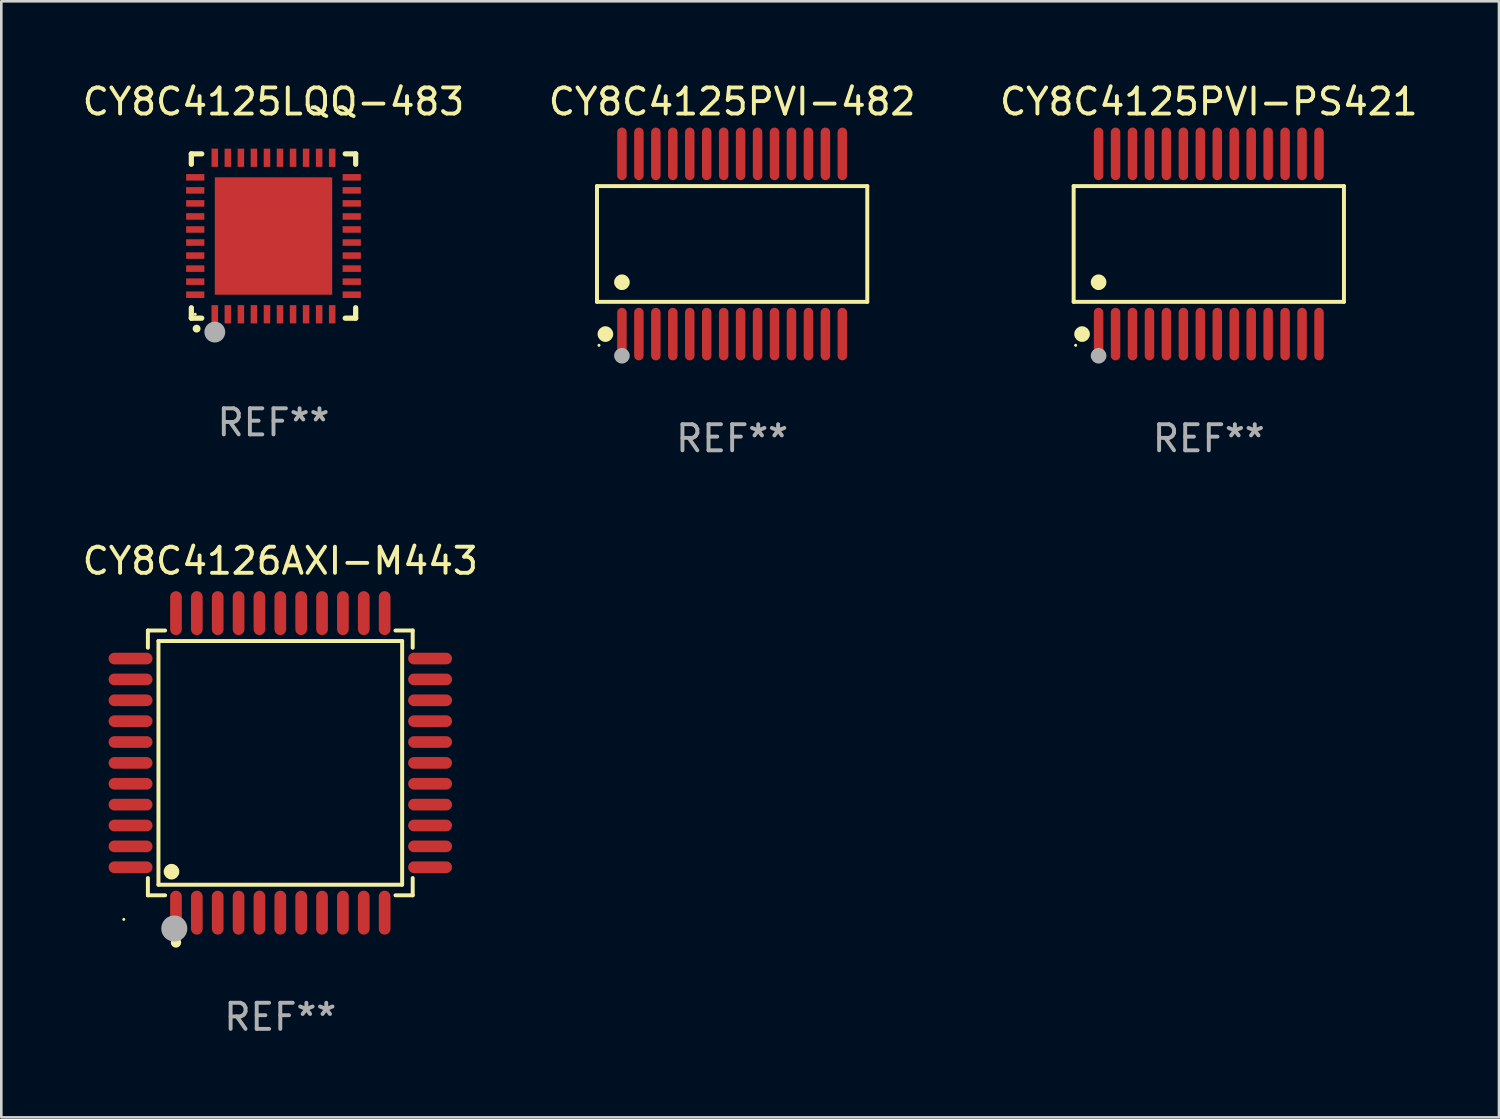
<source format=kicad_pcb>
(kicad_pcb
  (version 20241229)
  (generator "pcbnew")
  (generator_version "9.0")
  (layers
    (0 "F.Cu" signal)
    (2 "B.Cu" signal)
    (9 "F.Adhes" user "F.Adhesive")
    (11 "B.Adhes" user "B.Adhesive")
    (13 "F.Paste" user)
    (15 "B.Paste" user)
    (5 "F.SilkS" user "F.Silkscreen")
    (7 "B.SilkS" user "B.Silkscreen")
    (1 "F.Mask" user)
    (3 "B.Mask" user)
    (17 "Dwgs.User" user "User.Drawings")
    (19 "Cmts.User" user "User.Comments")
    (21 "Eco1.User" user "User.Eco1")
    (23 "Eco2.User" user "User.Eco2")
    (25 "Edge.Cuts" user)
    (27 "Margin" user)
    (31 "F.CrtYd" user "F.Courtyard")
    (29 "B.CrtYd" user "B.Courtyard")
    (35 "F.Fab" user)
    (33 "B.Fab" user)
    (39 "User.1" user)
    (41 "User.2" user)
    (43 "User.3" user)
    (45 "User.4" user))
  (footprint "CY8C4125LQQ-483"
    (layer "F.Cu")
    (at 7.435 5.998)
    (property "Reference" "CY8C4125LQQ-483" (at 0 -5.15 0) (layer "F.SilkS") (effects (font (size 1 1) (thickness 0.15))))
    (attr through_hole)
    (fp_line (start -3.15 -3.15) (end -2.75 -3.15) (stroke (width 0.2) (type solid)) (layer "F.SilkS"))
    (fp_line (start -3.15 -2.75) (end -3.15 -3.15) (stroke (width 0.2) (type solid)) (layer "F.SilkS"))
    (fp_line (start -3.15 3.15) (end -3.15 2.75) (stroke (width 0.2) (type solid)) (layer "F.SilkS"))
    (fp_line (start -2.75 3.15) (end -3.15 3.15) (stroke (width 0.2) (type solid)) (layer "F.SilkS"))
    (fp_line (start 3.15 -3.15) (end 2.75 -3.15) (stroke (width 0.2) (type solid)) (layer "F.SilkS"))
    (fp_line (start 3.15 -2.75) (end 3.15 -3.15) (stroke (width 0.2) (type solid)) (layer "F.SilkS"))
    (fp_line (start 3.15 2.75) (end 3.15 3.15) (stroke (width 0.2) (type solid)) (layer "F.SilkS"))
    (fp_line (start 3.15 3.15) (end 2.75 3.15) (stroke (width 0.2) (type solid)) (layer "F.SilkS"))
    (fp_arc (start -2.94892 3.550927) (mid -2.94765 3.550922) (end -2.94638 3.550927) (stroke (width 0.3) (type solid)) (layer "F.SilkS"))
    (fp_circle (center -3 3) (end -2.97 3) (stroke (width 0.06) (type solid)) (fill no) (layer "F.SilkS"))
    (fp_circle (center -2.25 3.683) (end -2.05 3.683) (stroke (width 0.4) (type solid)) (fill no) (layer "F.Fab"))
    (fp_text user "REF**" (at 0 7.15 0) (layer "F.Fab") (effects (font (size 1 1) (thickness 0.15))))
    (pad "1" smd rect (at -2.25 3 180) (size 0.25 0.7) (layers "F.Cu" "F.Mask" "F.Paste"))
    (pad "2" smd rect (at -1.75 3 180) (size 0.25 0.7) (layers "F.Cu" "F.Mask" "F.Paste"))
    (pad "3" smd rect (at -1.25 3 180) (size 0.25 0.7) (layers "F.Cu" "F.Mask" "F.Paste"))
    (pad "4" smd rect (at -0.75 3 180) (size 0.25 0.7) (layers "F.Cu" "F.Mask" "F.Paste"))
    (pad "5" smd rect (at -0.25 3 180) (size 0.25 0.7) (layers "F.Cu" "F.Mask" "F.Paste"))
    (pad "6" smd rect (at 0.25 3 180) (size 0.25 0.7) (layers "F.Cu" "F.Mask" "F.Paste"))
    (pad "7" smd rect (at 0.75 3 180) (size 0.25 0.7) (layers "F.Cu" "F.Mask" "F.Paste"))
    (pad "8" smd rect (at 1.25 3 180) (size 0.25 0.7) (layers "F.Cu" "F.Mask" "F.Paste"))
    (pad "9" smd rect (at 1.75 3 180) (size 0.25 0.7) (layers "F.Cu" "F.Mask" "F.Paste"))
    (pad "10" smd rect (at 2.25 3 180) (size 0.25 0.7) (layers "F.Cu" "F.Mask" "F.Paste"))
    (pad "11" smd rect (at 3 2.25 90) (size 0.25 0.7) (layers "F.Cu" "F.Mask" "F.Paste"))
    (pad "12" smd rect (at 3 1.75 90) (size 0.25 0.7) (layers "F.Cu" "F.Mask" "F.Paste"))
    (pad "13" smd rect (at 3 1.25 90) (size 0.25 0.7) (layers "F.Cu" "F.Mask" "F.Paste"))
    (pad "14" smd rect (at 3 0.75 90) (size 0.25 0.7) (layers "F.Cu" "F.Mask" "F.Paste"))
    (pad "15" smd rect (at 3 0.25 90) (size 0.25 0.7) (layers "F.Cu" "F.Mask" "F.Paste"))
    (pad "16" smd rect (at 3 -0.25 90) (size 0.25 0.7) (layers "F.Cu" "F.Mask" "F.Paste"))
    (pad "17" smd rect (at 3 -0.75 90) (size 0.25 0.7) (layers "F.Cu" "F.Mask" "F.Paste"))
    (pad "18" smd rect (at 3 -1.25 90) (size 0.25 0.7) (layers "F.Cu" "F.Mask" "F.Paste"))
    (pad "19" smd rect (at 3 -1.75 90) (size 0.25 0.7) (layers "F.Cu" "F.Mask" "F.Paste"))
    (pad "20" smd rect (at 3 -2.25 90) (size 0.25 0.7) (layers "F.Cu" "F.Mask" "F.Paste"))
    (pad "21" smd rect (at 2.25 -3 180) (size 0.25 0.7) (layers "F.Cu" "F.Mask" "F.Paste"))
    (pad "22" smd rect (at 1.75 -3 180) (size 0.25 0.7) (layers "F.Cu" "F.Mask" "F.Paste"))
    (pad "23" smd rect (at 1.25 -3 180) (size 0.25 0.7) (layers "F.Cu" "F.Mask" "F.Paste"))
    (pad "24" smd rect (at 0.75 -3 180) (size 0.25 0.7) (layers "F.Cu" "F.Mask" "F.Paste"))
    (pad "25" smd rect (at 0.25 -3 180) (size 0.25 0.7) (layers "F.Cu" "F.Mask" "F.Paste"))
    (pad "26" smd rect (at -0.25 -3 180) (size 0.25 0.7) (layers "F.Cu" "F.Mask" "F.Paste"))
    (pad "27" smd rect (at -0.75 -3 180) (size 0.25 0.7) (layers "F.Cu" "F.Mask" "F.Paste"))
    (pad "28" smd rect (at -1.25 -3 180) (size 0.25 0.7) (layers "F.Cu" "F.Mask" "F.Paste"))
    (pad "29" smd rect (at -1.75 -3 180) (size 0.25 0.7) (layers "F.Cu" "F.Mask" "F.Paste"))
    (pad "30" smd rect (at -2.25 -3 180) (size 0.25 0.7) (layers "F.Cu" "F.Mask" "F.Paste"))
    (pad "31" smd rect (at -3 -2.25 90) (size 0.25 0.7) (layers "F.Cu" "F.Mask" "F.Paste"))
    (pad "32" smd rect (at -3 -1.75 90) (size 0.25 0.7) (layers "F.Cu" "F.Mask" "F.Paste"))
    (pad "33" smd rect (at -3 -1.25 90) (size 0.25 0.7) (layers "F.Cu" "F.Mask" "F.Paste"))
    (pad "34" smd rect (at -3 -0.75 90) (size 0.25 0.7) (layers "F.Cu" "F.Mask" "F.Paste"))
    (pad "35" smd rect (at -3 -0.25 90) (size 0.25 0.7) (layers "F.Cu" "F.Mask" "F.Paste"))
    (pad "36" smd rect (at -3 0.25 90) (size 0.25 0.7) (layers "F.Cu" "F.Mask" "F.Paste"))
    (pad "37" smd rect (at -3 0.75 90) (size 0.25 0.7) (layers "F.Cu" "F.Mask" "F.Paste"))
    (pad "38" smd rect (at -3 1.25 90) (size 0.25 0.7) (layers "F.Cu" "F.Mask" "F.Paste"))
    (pad "39" smd rect (at -3 1.75 90) (size 0.25 0.7) (layers "F.Cu" "F.Mask" "F.Paste"))
    (pad "40" smd rect (at -3 2.25 90) (size 0.25 0.7) (layers "F.Cu" "F.Mask" "F.Paste"))
    (pad "41" smd rect (at 0.000102 0.000076 90) (size 4.5 4.5) (layers "F.Cu" "F.Mask" "F.Paste")))
  (footprint "CY8C4125PVI-482"
    (layer "F.Cu")
    (at 25.018 6.303)
    (property "Reference" "CY8C4125PVI-482" (at 0 -5.455 0) (layer "F.SilkS") (effects (font (size 1 1) (thickness 0.15))))
    (attr through_hole)
    (fp_line (start -5.181 -2.219) (end 5.181 -2.219) (stroke (width 0.152) (type solid)) (layer "F.SilkS"))
    (fp_line (start -5.181 2.219) (end -5.181 -2.219) (stroke (width 0.152) (type solid)) (layer "F.SilkS"))
    (fp_line (start 5.181 -2.219) (end 5.181 2.219) (stroke (width 0.152) (type solid)) (layer "F.SilkS"))
    (fp_line (start 5.181 2.219) (end -5.181 2.219) (stroke (width 0.152) (type solid)) (layer "F.SilkS"))
    (fp_circle (center -5.105 3.885) (end -5.075 3.885) (stroke (width 0.06) (type solid)) (fill no) (layer "F.SilkS"))
    (fp_circle (center -4.859 3.455) (end -4.709 3.455) (stroke (width 0.3) (type solid)) (fill no) (layer "F.SilkS"))
    (fp_circle (center -4.225 1.467) (end -4.075 1.467) (stroke (width 0.3) (type solid)) (fill no) (layer "F.SilkS"))
    (fp_circle (center -4.225 4.285) (end -4.075 4.285) (stroke (width 0.3) (type solid)) (fill no) (layer "F.Fab"))
    (fp_text user "REF**" (at 0 7.455 0) (layer "F.Fab") (effects (font (size 1 1) (thickness 0.15))))
    (pad "1" smd oval (at -4.225 3.455) (size 0.364 2.015) (layers "F.Cu" "F.Mask" "F.Paste"))
    (pad "2" smd oval (at -3.575 3.455) (size 0.364 2.015) (layers "F.Cu" "F.Mask" "F.Paste"))
    (pad "3" smd oval (at -2.925 3.455) (size 0.364 2.015) (layers "F.Cu" "F.Mask" "F.Paste"))
    (pad "4" smd oval (at -2.275 3.455) (size 0.364 2.015) (layers "F.Cu" "F.Mask" "F.Paste"))
    (pad "5" smd oval (at -1.625 3.455) (size 0.364 2.015) (layers "F.Cu" "F.Mask" "F.Paste"))
    (pad "6" smd oval (at -0.975 3.455) (size 0.364 2.015) (layers "F.Cu" "F.Mask" "F.Paste"))
    (pad "7" smd oval (at -0.325 3.455) (size 0.364 2.015) (layers "F.Cu" "F.Mask" "F.Paste"))
    (pad "8" smd oval (at 0.325 3.455) (size 0.364 2.015) (layers "F.Cu" "F.Mask" "F.Paste"))
    (pad "9" smd oval (at 0.975 3.455) (size 0.364 2.015) (layers "F.Cu" "F.Mask" "F.Paste"))
    (pad "10" smd oval (at 1.625 3.455) (size 0.364 2.015) (layers "F.Cu" "F.Mask" "F.Paste"))
    (pad "11" smd oval (at 2.275 3.455) (size 0.364 2.015) (layers "F.Cu" "F.Mask" "F.Paste"))
    (pad "12" smd oval (at 2.925 3.455) (size 0.364 2.015) (layers "F.Cu" "F.Mask" "F.Paste"))
    (pad "13" smd oval (at 3.575 3.455) (size 0.364 2.015) (layers "F.Cu" "F.Mask" "F.Paste"))
    (pad "14" smd oval (at 4.225 3.455) (size 0.364 2.015) (layers "F.Cu" "F.Mask" "F.Paste"))
    (pad "15" smd oval (at 4.225 -3.455) (size 0.364 2.015) (layers "F.Cu" "F.Mask" "F.Paste"))
    (pad "16" smd oval (at 3.575 -3.455) (size 0.364 2.015) (layers "F.Cu" "F.Mask" "F.Paste"))
    (pad "17" smd oval (at 2.925 -3.455) (size 0.364 2.015) (layers "F.Cu" "F.Mask" "F.Paste"))
    (pad "18" smd oval (at 2.275 -3.455) (size 0.364 2.015) (layers "F.Cu" "F.Mask" "F.Paste"))
    (pad "19" smd oval (at 1.625 -3.455) (size 0.364 2.015) (layers "F.Cu" "F.Mask" "F.Paste"))
    (pad "20" smd oval (at 0.975 -3.455) (size 0.364 2.015) (layers "F.Cu" "F.Mask" "F.Paste"))
    (pad "21" smd oval (at 0.325 -3.455) (size 0.364 2.015) (layers "F.Cu" "F.Mask" "F.Paste"))
    (pad "22" smd oval (at -0.325 -3.455) (size 0.364 2.015) (layers "F.Cu" "F.Mask" "F.Paste"))
    (pad "23" smd oval (at -0.975 -3.455) (size 0.364 2.015) (layers "F.Cu" "F.Mask" "F.Paste"))
    (pad "24" smd oval (at -1.625 -3.455) (size 0.364 2.015) (layers "F.Cu" "F.Mask" "F.Paste"))
    (pad "25" smd oval (at -2.275 -3.455) (size 0.364 2.015) (layers "F.Cu" "F.Mask" "F.Paste"))
    (pad "26" smd oval (at -2.925 -3.455) (size 0.364 2.015) (layers "F.Cu" "F.Mask" "F.Paste"))
    (pad "27" smd oval (at -3.575 -3.455) (size 0.364 2.015) (layers "F.Cu" "F.Mask" "F.Paste"))
    (pad "28" smd oval (at -4.225 -3.455) (size 0.364 2.015) (layers "F.Cu" "F.Mask" "F.Paste")))
  (footprint "CY8C4126AXI-M443"
    (layer "F.Cu")
    (at 7.696 26.197)
    (property "Reference" "CY8C4126AXI-M443" (at 0 -7.742 0) (layer "F.SilkS") (effects (font (size 1 1) (thickness 0.15))))
    (attr through_hole)
    (fp_line (start -5.076 -5.076) (end -4.415 -5.076) (stroke (width 0.152) (type solid)) (layer "F.SilkS"))
    (fp_line (start -5.076 -4.415) (end -5.076 -5.076) (stroke (width 0.152) (type solid)) (layer "F.SilkS"))
    (fp_line (start -5.076 4.415) (end -5.076 5.076) (stroke (width 0.152) (type solid)) (layer "F.SilkS"))
    (fp_line (start -5.076 5.076) (end -4.415 5.076) (stroke (width 0.152) (type solid)) (layer "F.SilkS"))
    (fp_line (start -4.671 -4.671) (end 4.671 -4.671) (stroke (width 0.152) (type solid)) (layer "F.SilkS"))
    (fp_line (start -4.671 4.671) (end -4.671 -4.671) (stroke (width 0.152) (type solid)) (layer "F.SilkS"))
    (fp_line (start 4.671 -4.671) (end 4.671 4.671) (stroke (width 0.152) (type solid)) (layer "F.SilkS"))
    (fp_line (start 4.671 4.671) (end -4.671 4.671) (stroke (width 0.152) (type solid)) (layer "F.SilkS"))
    (fp_line (start 5.076 -5.076) (end 4.415 -5.076) (stroke (width 0.152) (type solid)) (layer "F.SilkS"))
    (fp_line (start 5.076 -4.415) (end 5.076 -5.076) (stroke (width 0.152) (type solid)) (layer "F.SilkS"))
    (fp_line (start 5.076 4.415) (end 5.076 5.076) (stroke (width 0.152) (type solid)) (layer "F.SilkS"))
    (fp_line (start 5.076 5.076) (end 4.415 5.076) (stroke (width 0.152) (type solid)) (layer "F.SilkS"))
    (fp_circle (center -6 6) (end -5.97 6) (stroke (width 0.06) (type solid)) (fill no) (layer "F.SilkS"))
    (fp_circle (center -4.171 4.171) (end -4.021 4.171) (stroke (width 0.3) (type solid)) (fill no) (layer "F.SilkS"))
    (fp_circle (center -4 6.884) (end -3.9 6.884) (stroke (width 0.2) (type solid)) (fill no) (layer "F.SilkS"))
    (fp_circle (center -4.064 6.35) (end -3.814 6.35) (stroke (width 0.5) (type solid)) (fill no) (layer "F.Fab"))
    (fp_text user "REF**" (at 0 9.742 0) (layer "F.Fab") (effects (font (size 1 1) (thickness 0.15))))
    (pad "1" smd oval (at -4 5.742) (size 0.448 1.684) (layers "F.Cu" "F.Mask" "F.Paste"))
    (pad "2" smd oval (at -3.2 5.742) (size 0.448 1.684) (layers "F.Cu" "F.Mask" "F.Paste"))
    (pad "3" smd oval (at -2.4 5.742) (size 0.448 1.684) (layers "F.Cu" "F.Mask" "F.Paste"))
    (pad "4" smd oval (at -1.6 5.742) (size 0.448 1.684) (layers "F.Cu" "F.Mask" "F.Paste"))
    (pad "5" smd oval (at -0.8 5.742) (size 0.448 1.684) (layers "F.Cu" "F.Mask" "F.Paste"))
    (pad "6" smd oval (at 0 5.742) (size 0.448 1.684) (layers "F.Cu" "F.Mask" "F.Paste"))
    (pad "7" smd oval (at 0.8 5.742) (size 0.448 1.684) (layers "F.Cu" "F.Mask" "F.Paste"))
    (pad "8" smd oval (at 1.6 5.742) (size 0.448 1.684) (layers "F.Cu" "F.Mask" "F.Paste"))
    (pad "9" smd oval (at 2.4 5.742) (size 0.448 1.684) (layers "F.Cu" "F.Mask" "F.Paste"))
    (pad "10" smd oval (at 3.2 5.742) (size 0.448 1.684) (layers "F.Cu" "F.Mask" "F.Paste"))
    (pad "11" smd oval (at 4 5.742) (size 0.448 1.684) (layers "F.Cu" "F.Mask" "F.Paste"))
    (pad "12" smd oval (at 5.742 4) (size 1.684 0.448) (layers "F.Cu" "F.Mask" "F.Paste"))
    (pad "13" smd oval (at 5.742 3.2) (size 1.684 0.448) (layers "F.Cu" "F.Mask" "F.Paste"))
    (pad "14" smd oval (at 5.742 2.4) (size 1.684 0.448) (layers "F.Cu" "F.Mask" "F.Paste"))
    (pad "15" smd oval (at 5.742 1.6) (size 1.684 0.448) (layers "F.Cu" "F.Mask" "F.Paste"))
    (pad "16" smd oval (at 5.742 0.8) (size 1.684 0.448) (layers "F.Cu" "F.Mask" "F.Paste"))
    (pad "17" smd oval (at 5.742 0) (size 1.684 0.448) (layers "F.Cu" "F.Mask" "F.Paste"))
    (pad "18" smd oval (at 5.742 -0.8) (size 1.684 0.448) (layers "F.Cu" "F.Mask" "F.Paste"))
    (pad "19" smd oval (at 5.742 -1.6) (size 1.684 0.448) (layers "F.Cu" "F.Mask" "F.Paste"))
    (pad "20" smd oval (at 5.742 -2.4) (size 1.684 0.448) (layers "F.Cu" "F.Mask" "F.Paste"))
    (pad "21" smd oval (at 5.742 -3.2) (size 1.684 0.448) (layers "F.Cu" "F.Mask" "F.Paste"))
    (pad "22" smd oval (at 5.742 -4) (size 1.684 0.448) (layers "F.Cu" "F.Mask" "F.Paste"))
    (pad "23" smd oval (at 4 -5.742) (size 0.448 1.684) (layers "F.Cu" "F.Mask" "F.Paste"))
    (pad "24" smd oval (at 3.2 -5.742) (size 0.448 1.684) (layers "F.Cu" "F.Mask" "F.Paste"))
    (pad "25" smd oval (at 2.4 -5.742) (size 0.448 1.684) (layers "F.Cu" "F.Mask" "F.Paste"))
    (pad "26" smd oval (at 1.6 -5.742) (size 0.448 1.684) (layers "F.Cu" "F.Mask" "F.Paste"))
    (pad "27" smd oval (at 0.8 -5.742) (size 0.448 1.684) (layers "F.Cu" "F.Mask" "F.Paste"))
    (pad "28" smd oval (at 0 -5.742) (size 0.448 1.684) (layers "F.Cu" "F.Mask" "F.Paste"))
    (pad "29" smd oval (at -0.8 -5.742) (size 0.448 1.684) (layers "F.Cu" "F.Mask" "F.Paste"))
    (pad "30" smd oval (at -1.6 -5.742) (size 0.448 1.684) (layers "F.Cu" "F.Mask" "F.Paste"))
    (pad "31" smd oval (at -2.4 -5.742) (size 0.448 1.684) (layers "F.Cu" "F.Mask" "F.Paste"))
    (pad "32" smd oval (at -3.2 -5.742) (size 0.448 1.684) (layers "F.Cu" "F.Mask" "F.Paste"))
    (pad "33" smd oval (at -4 -5.742) (size 0.448 1.684) (layers "F.Cu" "F.Mask" "F.Paste"))
    (pad "34" smd oval (at -5.742 -4) (size 1.684 0.448) (layers "F.Cu" "F.Mask" "F.Paste"))
    (pad "35" smd oval (at -5.742 -3.2) (size 1.684 0.448) (layers "F.Cu" "F.Mask" "F.Paste"))
    (pad "36" smd oval (at -5.742 -2.4) (size 1.684 0.448) (layers "F.Cu" "F.Mask" "F.Paste"))
    (pad "37" smd oval (at -5.742 -1.6) (size 1.684 0.448) (layers "F.Cu" "F.Mask" "F.Paste"))
    (pad "38" smd oval (at -5.742 -0.8) (size 1.684 0.448) (layers "F.Cu" "F.Mask" "F.Paste"))
    (pad "39" smd oval (at -5.742 0) (size 1.684 0.448) (layers "F.Cu" "F.Mask" "F.Paste"))
    (pad "40" smd oval (at -5.742 0.8) (size 1.684 0.448) (layers "F.Cu" "F.Mask" "F.Paste"))
    (pad "41" smd oval (at -5.742 1.6) (size 1.684 0.448) (layers "F.Cu" "F.Mask" "F.Paste"))
    (pad "42" smd oval (at -5.742 2.4) (size 1.684 0.448) (layers "F.Cu" "F.Mask" "F.Paste"))
    (pad "43" smd oval (at -5.742 3.2) (size 1.684 0.448) (layers "F.Cu" "F.Mask" "F.Paste"))
    (pad "44" smd oval (at -5.742 4) (size 1.684 0.448) (layers "F.Cu" "F.Mask" "F.Paste")))
  (footprint "CY8C4125PVI-PS421"
    (layer "F.Cu")
    (at 43.292 6.303)
    (property "Reference" "CY8C4125PVI-PS421" (at 0 -5.455 0) (layer "F.SilkS") (effects (font (size 1 1) (thickness 0.15))))
    (attr through_hole)
    (fp_line (start -5.181 -2.219) (end 5.181 -2.219) (stroke (width 0.152) (type solid)) (layer "F.SilkS"))
    (fp_line (start -5.181 2.219) (end -5.181 -2.219) (stroke (width 0.152) (type solid)) (layer "F.SilkS"))
    (fp_line (start 5.181 -2.219) (end 5.181 2.219) (stroke (width 0.152) (type solid)) (layer "F.SilkS"))
    (fp_line (start 5.181 2.219) (end -5.181 2.219) (stroke (width 0.152) (type solid)) (layer "F.SilkS"))
    (fp_circle (center -5.105 3.885) (end -5.075 3.885) (stroke (width 0.06) (type solid)) (fill no) (layer "F.SilkS"))
    (fp_circle (center -4.859 3.455) (end -4.709 3.455) (stroke (width 0.3) (type solid)) (fill no) (layer "F.SilkS"))
    (fp_circle (center -4.225 1.467) (end -4.075 1.467) (stroke (width 0.3) (type solid)) (fill no) (layer "F.SilkS"))
    (fp_circle (center -4.225 4.285) (end -4.075 4.285) (stroke (width 0.3) (type solid)) (fill no) (layer "F.Fab"))
    (fp_text user "REF**" (at 0 7.455 0) (layer "F.Fab") (effects (font (size 1 1) (thickness 0.15))))
    (pad "1" smd oval (at -4.225 3.455) (size 0.364 2.015) (layers "F.Cu" "F.Mask" "F.Paste"))
    (pad "2" smd oval (at -3.575 3.455) (size 0.364 2.015) (layers "F.Cu" "F.Mask" "F.Paste"))
    (pad "3" smd oval (at -2.925 3.455) (size 0.364 2.015) (layers "F.Cu" "F.Mask" "F.Paste"))
    (pad "4" smd oval (at -2.275 3.455) (size 0.364 2.015) (layers "F.Cu" "F.Mask" "F.Paste"))
    (pad "5" smd oval (at -1.625 3.455) (size 0.364 2.015) (layers "F.Cu" "F.Mask" "F.Paste"))
    (pad "6" smd oval (at -0.975 3.455) (size 0.364 2.015) (layers "F.Cu" "F.Mask" "F.Paste"))
    (pad "7" smd oval (at -0.325 3.455) (size 0.364 2.015) (layers "F.Cu" "F.Mask" "F.Paste"))
    (pad "8" smd oval (at 0.325 3.455) (size 0.364 2.015) (layers "F.Cu" "F.Mask" "F.Paste"))
    (pad "9" smd oval (at 0.975 3.455) (size 0.364 2.015) (layers "F.Cu" "F.Mask" "F.Paste"))
    (pad "10" smd oval (at 1.625 3.455) (size 0.364 2.015) (layers "F.Cu" "F.Mask" "F.Paste"))
    (pad "11" smd oval (at 2.275 3.455) (size 0.364 2.015) (layers "F.Cu" "F.Mask" "F.Paste"))
    (pad "12" smd oval (at 2.925 3.455) (size 0.364 2.015) (layers "F.Cu" "F.Mask" "F.Paste"))
    (pad "13" smd oval (at 3.575 3.455) (size 0.364 2.015) (layers "F.Cu" "F.Mask" "F.Paste"))
    (pad "14" smd oval (at 4.225 3.455) (size 0.364 2.015) (layers "F.Cu" "F.Mask" "F.Paste"))
    (pad "15" smd oval (at 4.225 -3.455) (size 0.364 2.015) (layers "F.Cu" "F.Mask" "F.Paste"))
    (pad "16" smd oval (at 3.575 -3.455) (size 0.364 2.015) (layers "F.Cu" "F.Mask" "F.Paste"))
    (pad "17" smd oval (at 2.925 -3.455) (size 0.364 2.015) (layers "F.Cu" "F.Mask" "F.Paste"))
    (pad "18" smd oval (at 2.275 -3.455) (size 0.364 2.015) (layers "F.Cu" "F.Mask" "F.Paste"))
    (pad "19" smd oval (at 1.625 -3.455) (size 0.364 2.015) (layers "F.Cu" "F.Mask" "F.Paste"))
    (pad "20" smd oval (at 0.975 -3.455) (size 0.364 2.015) (layers "F.Cu" "F.Mask" "F.Paste"))
    (pad "21" smd oval (at 0.325 -3.455) (size 0.364 2.015) (layers "F.Cu" "F.Mask" "F.Paste"))
    (pad "22" smd oval (at -0.325 -3.455) (size 0.364 2.015) (layers "F.Cu" "F.Mask" "F.Paste"))
    (pad "23" smd oval (at -0.975 -3.455) (size 0.364 2.015) (layers "F.Cu" "F.Mask" "F.Paste"))
    (pad "24" smd oval (at -1.625 -3.455) (size 0.364 2.015) (layers "F.Cu" "F.Mask" "F.Paste"))
    (pad "25" smd oval (at -2.275 -3.455) (size 0.364 2.015) (layers "F.Cu" "F.Mask" "F.Paste"))
    (pad "26" smd oval (at -2.925 -3.455) (size 0.364 2.015) (layers "F.Cu" "F.Mask" "F.Paste"))
    (pad "27" smd oval (at -3.575 -3.455) (size 0.364 2.015) (layers "F.Cu" "F.Mask" "F.Paste"))
    (pad "28" smd oval (at -4.225 -3.455) (size 0.364 2.015) (layers "F.Cu" "F.Mask" "F.Paste")))
  (gr_rect
    (start -3 -3)
    (end 54.417 39.787)
    (stroke (width 0.1) (type default))
    (fill no)
    (layer "Edge.Cuts")))
</source>
